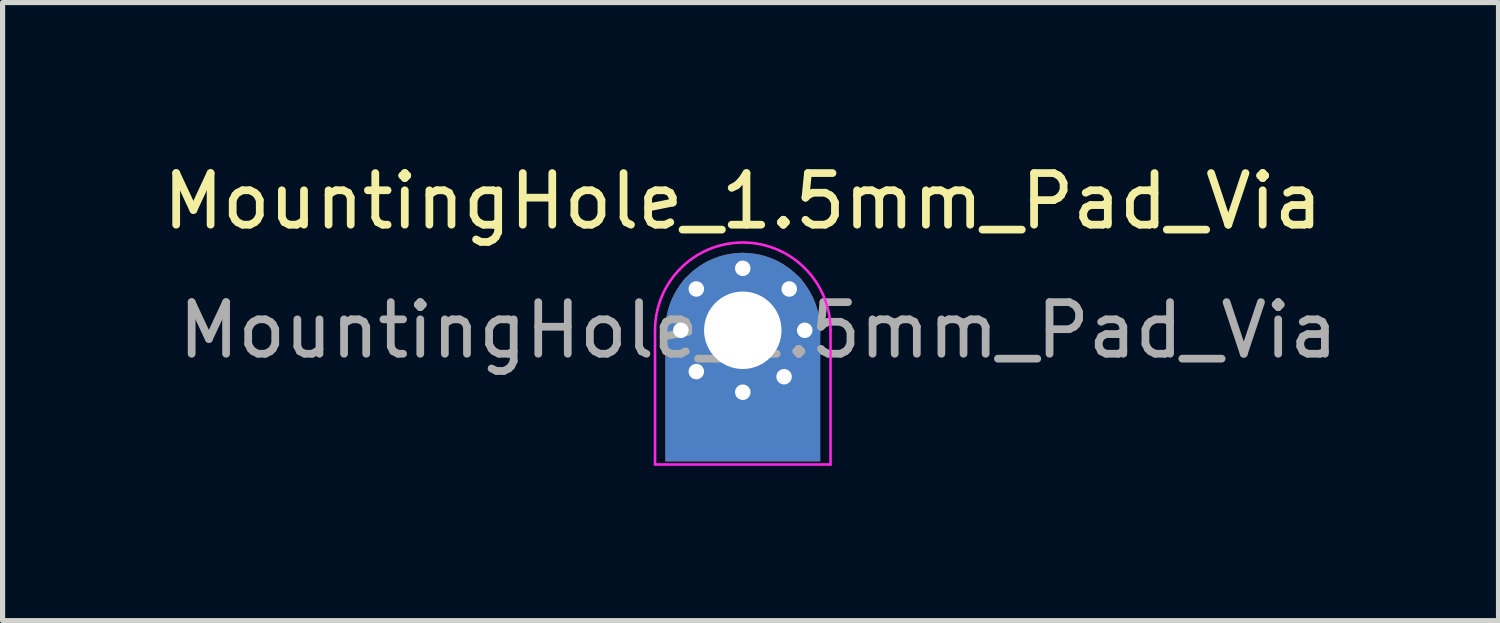
<source format=kicad_pcb>
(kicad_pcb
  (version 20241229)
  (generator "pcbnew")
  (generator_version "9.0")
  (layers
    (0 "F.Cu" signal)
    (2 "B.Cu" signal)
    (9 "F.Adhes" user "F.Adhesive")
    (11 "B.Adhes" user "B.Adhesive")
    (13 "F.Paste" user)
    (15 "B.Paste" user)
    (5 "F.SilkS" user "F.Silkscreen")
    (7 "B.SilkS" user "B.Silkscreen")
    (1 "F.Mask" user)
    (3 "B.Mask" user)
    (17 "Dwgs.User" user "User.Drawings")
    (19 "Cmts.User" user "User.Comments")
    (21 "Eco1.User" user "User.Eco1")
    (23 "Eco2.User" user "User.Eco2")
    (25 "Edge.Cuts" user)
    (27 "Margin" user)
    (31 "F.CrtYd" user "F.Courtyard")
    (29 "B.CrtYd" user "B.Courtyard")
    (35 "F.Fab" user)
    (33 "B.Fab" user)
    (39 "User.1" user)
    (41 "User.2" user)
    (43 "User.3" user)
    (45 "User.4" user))
  (footprint "MountingHole_1.5mm_Pad_Via"
    (layer "F.Cu")
    (at 11.339 3.348)
    (property "Reference" "MountingHole_1.5mm_Pad_Via" (at 0 -2.5 0) (layer "F.SilkS") (effects (font (size 1 1) (thickness 0.15))))
    (attr exclude_from_pos_files exclude_from_bom)
    (fp_line (start -1.7 0) (end -1.7 2.6) (stroke (width 0.05) (type solid)) (layer "F.CrtYd"))
    (fp_line (start -1.7 2.6) (end 1.7 2.6) (stroke (width 0.05) (type solid)) (layer "F.CrtYd"))
    (fp_line (start 1.7 0) (end 1.7 2.6) (stroke (width 0.05) (type solid)) (layer "F.CrtYd"))
    (fp_arc (start -1.7 0) (mid 0 -1.7) (end 1.7 0) (stroke (width 0.05) (type solid)) (layer "F.CrtYd"))
    (fp_text user "${REFERENCE}" (at 0.3 0 0) (layer "F.Fab") (effects (font (size 1 1) (thickness 0.15))))
    (pad "1" thru_hole circle (at -1.2 0) (size 0.6 0.6) (drill 0.3) (layers "*.Cu" "*.Mask"))
    (pad "1" thru_hole circle (at -0.9 -0.8) (size 0.6 0.6) (drill 0.3) (layers "*.Cu" "*.Mask"))
    (pad "1" thru_hole circle (at -0.9 0.8) (size 0.6 0.6) (drill 0.3) (layers "*.Cu" "*.Mask"))
    (pad "1" thru_hole circle (at 0 -1.2) (size 0.6 0.6) (drill 0.3) (layers "*.Cu" "*.Mask"))
    (pad "1" smd rect (at 0 0) (size 3 2.54) (drill (offset 0 1.27)) (layers "F.Cu" "F.Mask" "F.Paste"))
    (pad "1" smd rect (at 0 0) (size 3 2.54) (drill (offset 0 1.27)) (layers "B.Cu" "B.Mask" "B.Paste"))
    (pad "1" thru_hole circle (at 0 0) (size 3 3) (drill 1.5) (layers "*.Cu" "*.Mask"))
    (pad "1" thru_hole circle (at 0 1.2) (size 0.6 0.6) (drill 0.3) (layers "*.Cu" "*.Mask"))
    (pad "1" thru_hole circle (at 0.8 0.9) (size 0.6 0.6) (drill 0.3) (layers "*.Cu" "*.Mask"))
    (pad "1" thru_hole circle (at 0.9 -0.8) (size 0.6 0.6) (drill 0.3) (layers "*.Cu" "*.Mask"))
    (pad "1" thru_hole circle (at 1.2 0) (size 0.6 0.6) (drill 0.3) (layers "*.Cu" "*.Mask")))
  (gr_rect
    (start -3 -3)
    (end 25.979 8.973)
    (stroke (width 0.1) (type default))
    (fill no)
    (layer "Edge.Cuts")))
</source>
